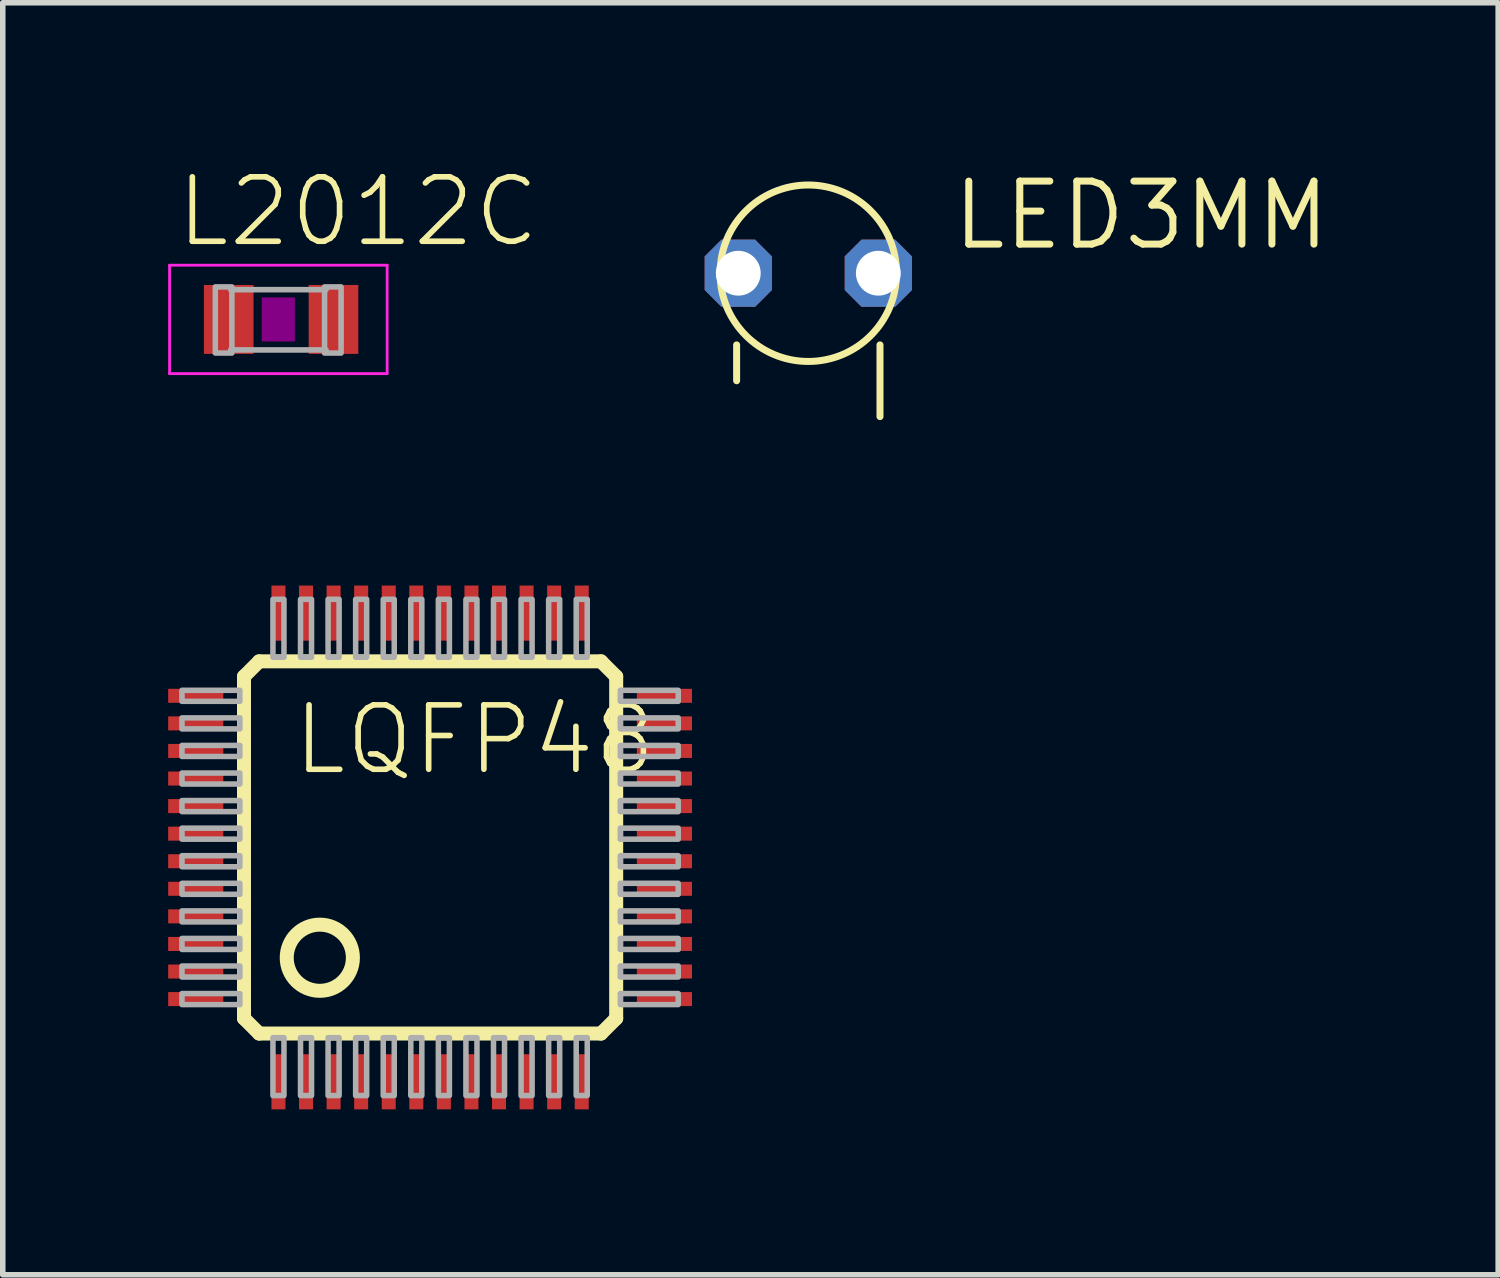
<source format=kicad_pcb>
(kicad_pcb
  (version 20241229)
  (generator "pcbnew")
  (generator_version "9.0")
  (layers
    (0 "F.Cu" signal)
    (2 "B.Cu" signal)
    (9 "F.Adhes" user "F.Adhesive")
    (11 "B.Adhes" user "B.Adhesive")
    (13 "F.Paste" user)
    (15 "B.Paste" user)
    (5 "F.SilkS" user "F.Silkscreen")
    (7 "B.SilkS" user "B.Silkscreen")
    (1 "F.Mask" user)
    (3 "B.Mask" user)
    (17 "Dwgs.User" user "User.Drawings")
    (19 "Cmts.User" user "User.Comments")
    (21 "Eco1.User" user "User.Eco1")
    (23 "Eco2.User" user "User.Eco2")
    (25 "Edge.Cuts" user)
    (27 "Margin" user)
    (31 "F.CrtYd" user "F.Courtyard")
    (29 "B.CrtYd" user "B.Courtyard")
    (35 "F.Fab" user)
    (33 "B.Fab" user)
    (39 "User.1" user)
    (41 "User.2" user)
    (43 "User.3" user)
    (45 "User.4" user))
  (footprint "LQFP48"
    (layer "F.Cu")
    (at 4.75 12.319)
    (property "Reference" "LQFP48" (at -2.54 -1.27 0) (layer "F.SilkS") (effects (font (size 1.168 1.168) (thickness 0.102)) (justify left bottom)))
    (fp_line (start -3.375 -3.1) (end -3.1 -3.375) (stroke (width 0.254) (type solid)) (layer "F.SilkS"))
    (fp_line (start -3.375 3.1) (end -3.375 -3.1) (stroke (width 0.254) (type solid)) (layer "F.SilkS"))
    (fp_line (start -3.1 -3.375) (end 3.1 -3.375) (stroke (width 0.254) (type solid)) (layer "F.SilkS"))
    (fp_line (start -3.1 3.375) (end -3.375 3.1) (stroke (width 0.254) (type solid)) (layer "F.SilkS"))
    (fp_line (start 3.1 -3.375) (end 3.375 -3.1) (stroke (width 0.254) (type solid)) (layer "F.SilkS"))
    (fp_line (start 3.1 3.375) (end -3.1 3.375) (stroke (width 0.254) (type solid)) (layer "F.SilkS"))
    (fp_line (start 3.375 -3.1) (end 3.375 3.1) (stroke (width 0.254) (type solid)) (layer "F.SilkS"))
    (fp_line (start 3.375 3.1) (end 3.1 3.375) (stroke (width 0.254) (type solid)) (layer "F.SilkS"))
    (fp_circle (center -2 2) (end -1.4 2) (stroke (width 0.254) (type solid)) (fill no) (layer "F.SilkS"))
    (fp_poly (pts (xy -4.5 -2.65) (xy -3.45 -2.65) (xy -3.45 -2.85) (xy -4.5 -2.85)) (stroke (width 0.1) (type solid)) (fill no) (layer "F.Fab"))
    (fp_poly (pts (xy -4.5 -2.15) (xy -3.45 -2.15) (xy -3.45 -2.35) (xy -4.5 -2.35)) (stroke (width 0.1) (type solid)) (fill no) (layer "F.Fab"))
    (fp_poly (pts (xy -4.5 -1.65) (xy -3.45 -1.65) (xy -3.45 -1.85) (xy -4.5 -1.85)) (stroke (width 0.1) (type solid)) (fill no) (layer "F.Fab"))
    (fp_poly (pts (xy -4.5 -1.15) (xy -3.45 -1.15) (xy -3.45 -1.35) (xy -4.5 -1.35)) (stroke (width 0.1) (type solid)) (fill no) (layer "F.Fab"))
    (fp_poly (pts (xy -4.5 -0.65) (xy -3.45 -0.65) (xy -3.45 -0.85) (xy -4.5 -0.85)) (stroke (width 0.1) (type solid)) (fill no) (layer "F.Fab"))
    (fp_poly (pts (xy -4.5 -0.15) (xy -3.45 -0.15) (xy -3.45 -0.35) (xy -4.5 -0.35)) (stroke (width 0.1) (type solid)) (fill no) (layer "F.Fab"))
    (fp_poly (pts (xy -4.5 0.35) (xy -3.45 0.35) (xy -3.45 0.15) (xy -4.5 0.15)) (stroke (width 0.1) (type solid)) (fill no) (layer "F.Fab"))
    (fp_poly (pts (xy -4.5 0.85) (xy -3.45 0.85) (xy -3.45 0.65) (xy -4.5 0.65)) (stroke (width 0.1) (type solid)) (fill no) (layer "F.Fab"))
    (fp_poly (pts (xy -4.5 1.35) (xy -3.45 1.35) (xy -3.45 1.15) (xy -4.5 1.15)) (stroke (width 0.1) (type solid)) (fill no) (layer "F.Fab"))
    (fp_poly (pts (xy -4.5 1.85) (xy -3.45 1.85) (xy -3.45 1.65) (xy -4.5 1.65)) (stroke (width 0.1) (type solid)) (fill no) (layer "F.Fab"))
    (fp_poly (pts (xy -4.5 2.35) (xy -3.45 2.35) (xy -3.45 2.15) (xy -4.5 2.15)) (stroke (width 0.1) (type solid)) (fill no) (layer "F.Fab"))
    (fp_poly (pts (xy -4.5 2.85) (xy -3.45 2.85) (xy -3.45 2.65) (xy -4.5 2.65)) (stroke (width 0.1) (type solid)) (fill no) (layer "F.Fab"))
    (fp_poly (pts (xy -2.85 -3.45) (xy -2.65 -3.45) (xy -2.65 -4.5) (xy -2.85 -4.5)) (stroke (width 0.1) (type solid)) (fill no) (layer "F.Fab"))
    (fp_poly (pts (xy -2.85 4.5) (xy -2.65 4.5) (xy -2.65 3.45) (xy -2.85 3.45)) (stroke (width 0.1) (type solid)) (fill no) (layer "F.Fab"))
    (fp_poly (pts (xy -2.35 -3.45) (xy -2.15 -3.45) (xy -2.15 -4.5) (xy -2.35 -4.5)) (stroke (width 0.1) (type solid)) (fill no) (layer "F.Fab"))
    (fp_poly (pts (xy -2.35 4.5) (xy -2.15 4.5) (xy -2.15 3.45) (xy -2.35 3.45)) (stroke (width 0.1) (type solid)) (fill no) (layer "F.Fab"))
    (fp_poly (pts (xy -1.85 -3.45) (xy -1.65 -3.45) (xy -1.65 -4.5) (xy -1.85 -4.5)) (stroke (width 0.1) (type solid)) (fill no) (layer "F.Fab"))
    (fp_poly (pts (xy -1.85 4.5) (xy -1.65 4.5) (xy -1.65 3.45) (xy -1.85 3.45)) (stroke (width 0.1) (type solid)) (fill no) (layer "F.Fab"))
    (fp_poly (pts (xy -1.35 -3.45) (xy -1.15 -3.45) (xy -1.15 -4.5) (xy -1.35 -4.5)) (stroke (width 0.1) (type solid)) (fill no) (layer "F.Fab"))
    (fp_poly (pts (xy -1.35 4.5) (xy -1.15 4.5) (xy -1.15 3.45) (xy -1.35 3.45)) (stroke (width 0.1) (type solid)) (fill no) (layer "F.Fab"))
    (fp_poly (pts (xy -0.85 -3.45) (xy -0.65 -3.45) (xy -0.65 -4.5) (xy -0.85 -4.5)) (stroke (width 0.1) (type solid)) (fill no) (layer "F.Fab"))
    (fp_poly (pts (xy -0.85 4.5) (xy -0.65 4.5) (xy -0.65 3.45) (xy -0.85 3.45)) (stroke (width 0.1) (type solid)) (fill no) (layer "F.Fab"))
    (fp_poly (pts (xy -0.35 -3.45) (xy -0.15 -3.45) (xy -0.15 -4.5) (xy -0.35 -4.5)) (stroke (width 0.1) (type solid)) (fill no) (layer "F.Fab"))
    (fp_poly (pts (xy -0.35 4.5) (xy -0.15 4.5) (xy -0.15 3.45) (xy -0.35 3.45)) (stroke (width 0.1) (type solid)) (fill no) (layer "F.Fab"))
    (fp_poly (pts (xy 0.15 -3.45) (xy 0.35 -3.45) (xy 0.35 -4.5) (xy 0.15 -4.5)) (stroke (width 0.1) (type solid)) (fill no) (layer "F.Fab"))
    (fp_poly (pts (xy 0.15 4.5) (xy 0.35 4.5) (xy 0.35 3.45) (xy 0.15 3.45)) (stroke (width 0.1) (type solid)) (fill no) (layer "F.Fab"))
    (fp_poly (pts (xy 0.65 -3.45) (xy 0.85 -3.45) (xy 0.85 -4.5) (xy 0.65 -4.5)) (stroke (width 0.1) (type solid)) (fill no) (layer "F.Fab"))
    (fp_poly (pts (xy 0.65 4.5) (xy 0.85 4.5) (xy 0.85 3.45) (xy 0.65 3.45)) (stroke (width 0.1) (type solid)) (fill no) (layer "F.Fab"))
    (fp_poly (pts (xy 1.15 -3.45) (xy 1.35 -3.45) (xy 1.35 -4.5) (xy 1.15 -4.5)) (stroke (width 0.1) (type solid)) (fill no) (layer "F.Fab"))
    (fp_poly (pts (xy 1.15 4.5) (xy 1.35 4.5) (xy 1.35 3.45) (xy 1.15 3.45)) (stroke (width 0.1) (type solid)) (fill no) (layer "F.Fab"))
    (fp_poly (pts (xy 1.65 -3.45) (xy 1.85 -3.45) (xy 1.85 -4.5) (xy 1.65 -4.5)) (stroke (width 0.1) (type solid)) (fill no) (layer "F.Fab"))
    (fp_poly (pts (xy 1.65 4.5) (xy 1.85 4.5) (xy 1.85 3.45) (xy 1.65 3.45)) (stroke (width 0.1) (type solid)) (fill no) (layer "F.Fab"))
    (fp_poly (pts (xy 2.15 -3.45) (xy 2.35 -3.45) (xy 2.35 -4.5) (xy 2.15 -4.5)) (stroke (width 0.1) (type solid)) (fill no) (layer "F.Fab"))
    (fp_poly (pts (xy 2.15 4.5) (xy 2.35 4.5) (xy 2.35 3.45) (xy 2.15 3.45)) (stroke (width 0.1) (type solid)) (fill no) (layer "F.Fab"))
    (fp_poly (pts (xy 2.65 -3.45) (xy 2.85 -3.45) (xy 2.85 -4.5) (xy 2.65 -4.5)) (stroke (width 0.1) (type solid)) (fill no) (layer "F.Fab"))
    (fp_poly (pts (xy 2.65 4.5) (xy 2.85 4.5) (xy 2.85 3.45) (xy 2.65 3.45)) (stroke (width 0.1) (type solid)) (fill no) (layer "F.Fab"))
    (fp_poly (pts (xy 3.45 -2.65) (xy 4.5 -2.65) (xy 4.5 -2.85) (xy 3.45 -2.85)) (stroke (width 0.1) (type solid)) (fill no) (layer "F.Fab"))
    (fp_poly (pts (xy 3.45 -2.15) (xy 4.5 -2.15) (xy 4.5 -2.35) (xy 3.45 -2.35)) (stroke (width 0.1) (type solid)) (fill no) (layer "F.Fab"))
    (fp_poly (pts (xy 3.45 -1.65) (xy 4.5 -1.65) (xy 4.5 -1.85) (xy 3.45 -1.85)) (stroke (width 0.1) (type solid)) (fill no) (layer "F.Fab"))
    (fp_poly (pts (xy 3.45 -1.15) (xy 4.5 -1.15) (xy 4.5 -1.35) (xy 3.45 -1.35)) (stroke (width 0.1) (type solid)) (fill no) (layer "F.Fab"))
    (fp_poly (pts (xy 3.45 -0.65) (xy 4.5 -0.65) (xy 4.5 -0.85) (xy 3.45 -0.85)) (stroke (width 0.1) (type solid)) (fill no) (layer "F.Fab"))
    (fp_poly (pts (xy 3.45 -0.15) (xy 4.5 -0.15) (xy 4.5 -0.35) (xy 3.45 -0.35)) (stroke (width 0.1) (type solid)) (fill no) (layer "F.Fab"))
    (fp_poly (pts (xy 3.45 0.35) (xy 4.5 0.35) (xy 4.5 0.15) (xy 3.45 0.15)) (stroke (width 0.1) (type solid)) (fill no) (layer "F.Fab"))
    (fp_poly (pts (xy 3.45 0.85) (xy 4.5 0.85) (xy 4.5 0.65) (xy 3.45 0.65)) (stroke (width 0.1) (type solid)) (fill no) (layer "F.Fab"))
    (fp_poly (pts (xy 3.45 1.35) (xy 4.5 1.35) (xy 4.5 1.15) (xy 3.45 1.15)) (stroke (width 0.1) (type solid)) (fill no) (layer "F.Fab"))
    (fp_poly (pts (xy 3.45 1.85) (xy 4.5 1.85) (xy 4.5 1.65) (xy 3.45 1.65)) (stroke (width 0.1) (type solid)) (fill no) (layer "F.Fab"))
    (fp_poly (pts (xy 3.45 2.35) (xy 4.5 2.35) (xy 4.5 2.15) (xy 3.45 2.15)) (stroke (width 0.1) (type solid)) (fill no) (layer "F.Fab"))
    (fp_poly (pts (xy 3.45 2.85) (xy 4.5 2.85) (xy 4.5 2.65) (xy 3.45 2.65)) (stroke (width 0.1) (type solid)) (fill no) (layer "F.Fab"))
    (pad "1" smd rect (at -2.75 4.25) (size 0.254 1) (layers "F.Cu" "F.Mask" "F.Paste"))
    (pad "2" smd rect (at -2.25 4.25) (size 0.254 1) (layers "F.Cu" "F.Mask" "F.Paste"))
    (pad "3" smd rect (at -1.75 4.25) (size 0.254 1) (layers "F.Cu" "F.Mask" "F.Paste"))
    (pad "4" smd rect (at -1.25 4.25) (size 0.254 1) (layers "F.Cu" "F.Mask" "F.Paste"))
    (pad "5" smd rect (at -0.75 4.25) (size 0.254 1) (layers "F.Cu" "F.Mask" "F.Paste"))
    (pad "6" smd rect (at -0.25 4.25) (size 0.254 1) (layers "F.Cu" "F.Mask" "F.Paste"))
    (pad "7" smd rect (at 0.25 4.25) (size 0.254 1) (layers "F.Cu" "F.Mask" "F.Paste"))
    (pad "8" smd rect (at 0.75 4.25) (size 0.254 1) (layers "F.Cu" "F.Mask" "F.Paste"))
    (pad "9" smd rect (at 1.25 4.25) (size 0.254 1) (layers "F.Cu" "F.Mask" "F.Paste"))
    (pad "10" smd rect (at 1.75 4.25) (size 0.254 1) (layers "F.Cu" "F.Mask" "F.Paste"))
    (pad "11" smd rect (at 2.25 4.25) (size 0.254 1) (layers "F.Cu" "F.Mask" "F.Paste"))
    (pad "12" smd rect (at 2.75 4.25) (size 0.254 1) (layers "F.Cu" "F.Mask" "F.Paste"))
    (pad "13" smd rect (at 4.25 2.75) (size 1 0.254) (layers "F.Cu" "F.Mask" "F.Paste"))
    (pad "14" smd rect (at 4.25 2.25) (size 1 0.254) (layers "F.Cu" "F.Mask" "F.Paste"))
    (pad "15" smd rect (at 4.25 1.75) (size 1 0.254) (layers "F.Cu" "F.Mask" "F.Paste"))
    (pad "16" smd rect (at 4.25 1.25) (size 1 0.254) (layers "F.Cu" "F.Mask" "F.Paste"))
    (pad "17" smd rect (at 4.25 0.75) (size 1 0.254) (layers "F.Cu" "F.Mask" "F.Paste"))
    (pad "18" smd rect (at 4.25 0.25) (size 1 0.254) (layers "F.Cu" "F.Mask" "F.Paste"))
    (pad "19" smd rect (at 4.25 -0.25) (size 1 0.254) (layers "F.Cu" "F.Mask" "F.Paste"))
    (pad "20" smd rect (at 4.25 -0.75) (size 1 0.254) (layers "F.Cu" "F.Mask" "F.Paste"))
    (pad "21" smd rect (at 4.25 -1.25) (size 1 0.254) (layers "F.Cu" "F.Mask" "F.Paste"))
    (pad "22" smd rect (at 4.25 -1.75) (size 1 0.254) (layers "F.Cu" "F.Mask" "F.Paste"))
    (pad "23" smd rect (at 4.25 -2.25) (size 1 0.254) (layers "F.Cu" "F.Mask" "F.Paste"))
    (pad "24" smd rect (at 4.25 -2.75) (size 1 0.254) (layers "F.Cu" "F.Mask" "F.Paste"))
    (pad "25" smd rect (at 2.75 -4.25) (size 0.254 1) (layers "F.Cu" "F.Mask" "F.Paste"))
    (pad "26" smd rect (at 2.25 -4.25) (size 0.254 1) (layers "F.Cu" "F.Mask" "F.Paste"))
    (pad "27" smd rect (at 1.75 -4.25) (size 0.254 1) (layers "F.Cu" "F.Mask" "F.Paste"))
    (pad "28" smd rect (at 1.25 -4.25) (size 0.254 1) (layers "F.Cu" "F.Mask" "F.Paste"))
    (pad "29" smd rect (at 0.75 -4.25) (size 0.254 1) (layers "F.Cu" "F.Mask" "F.Paste"))
    (pad "30" smd rect (at 0.25 -4.25) (size 0.254 1) (layers "F.Cu" "F.Mask" "F.Paste"))
    (pad "31" smd rect (at -0.25 -4.25) (size 0.254 1) (layers "F.Cu" "F.Mask" "F.Paste"))
    (pad "32" smd rect (at -0.75 -4.25) (size 0.254 1) (layers "F.Cu" "F.Mask" "F.Paste"))
    (pad "33" smd rect (at -1.25 -4.25) (size 0.254 1) (layers "F.Cu" "F.Mask" "F.Paste"))
    (pad "34" smd rect (at -1.75 -4.25) (size 0.254 1) (layers "F.Cu" "F.Mask" "F.Paste"))
    (pad "35" smd rect (at -2.25 -4.25) (size 0.254 1) (layers "F.Cu" "F.Mask" "F.Paste"))
    (pad "36" smd rect (at -2.75 -4.25) (size 0.254 1) (layers "F.Cu" "F.Mask" "F.Paste"))
    (pad "37" smd rect (at -4.25 -2.75) (size 1 0.254) (layers "F.Cu" "F.Mask" "F.Paste"))
    (pad "38" smd rect (at -4.25 -2.25) (size 1 0.254) (layers "F.Cu" "F.Mask" "F.Paste"))
    (pad "39" smd rect (at -4.25 -1.75) (size 1 0.254) (layers "F.Cu" "F.Mask" "F.Paste"))
    (pad "40" smd rect (at -4.25 -1.25) (size 1 0.254) (layers "F.Cu" "F.Mask" "F.Paste"))
    (pad "41" smd rect (at -4.25 -0.75) (size 1 0.254) (layers "F.Cu" "F.Mask" "F.Paste"))
    (pad "42" smd rect (at -4.25 -0.25) (size 1 0.254) (layers "F.Cu" "F.Mask" "F.Paste"))
    (pad "43" smd rect (at -4.25 0.25) (size 1 0.254) (layers "F.Cu" "F.Mask" "F.Paste"))
    (pad "44" smd rect (at -4.25 0.75) (size 1 0.254) (layers "F.Cu" "F.Mask" "F.Paste"))
    (pad "45" smd rect (at -4.25 1.25) (size 1 0.254) (layers "F.Cu" "F.Mask" "F.Paste"))
    (pad "46" smd rect (at -4.25 1.75) (size 1 0.254) (layers "F.Cu" "F.Mask" "F.Paste"))
    (pad "47" smd rect (at -4.25 2.25) (size 1 0.254) (layers "F.Cu" "F.Mask" "F.Paste"))
    (pad "48" smd rect (at -4.25 2.75) (size 1 0.254) (layers "F.Cu" "F.Mask" "F.Paste")))
  (footprint "L2012C"
    (layer "F.Cu")
    (at 1.998 2.743)
    (property "Reference" "L2012C" (at -1.905 -1.27 0) (layer "F.SilkS") (effects (font (size 1.168 1.168) (thickness 0.102)) (justify left bottom)))
    (fp_poly (pts (xy -0.3 0.4) (xy 0.3 0.4) (xy 0.3 -0.4) (xy -0.3 -0.4)) (stroke (width 0) (type solid)) (fill yes) (layer "F.Adhes"))
    (fp_line (start -1.973 -0.983) (end 1.973 -0.983) (stroke (width 0.051) (type solid)) (layer "F.CrtYd"))
    (fp_line (start -1.973 0.983) (end -1.973 -0.983) (stroke (width 0.051) (type solid)) (layer "F.CrtYd"))
    (fp_line (start 1.973 -0.983) (end 1.973 0.983) (stroke (width 0.051) (type solid)) (layer "F.CrtYd"))
    (fp_line (start 1.973 0.983) (end -1.973 0.983) (stroke (width 0.051) (type solid)) (layer "F.CrtYd"))
    (fp_line (start -0.864 -0.54) (end 0.864 -0.54) (stroke (width 0.102) (type solid)) (layer "F.Fab"))
    (fp_line (start -0.864 0.553) (end 0.864 0.553) (stroke (width 0.102) (type solid)) (layer "F.Fab"))
    (fp_poly (pts (xy -1.143 0.61) (xy -0.843 0.61) (xy -0.843 -0.59) (xy -1.143 -0.59)) (stroke (width 0.1) (type solid)) (fill no) (layer "F.Fab"))
    (fp_poly (pts (xy 0.838 0.61) (xy 1.138 0.61) (xy 1.138 -0.59) (xy 0.838 -0.59)) (stroke (width 0.1) (type solid)) (fill no) (layer "F.Fab"))
    (pad "1" smd rect (at -0.9 0) (size 0.9 1.25) (layers "F.Cu" "F.Mask" "F.Paste"))
    (pad "2" smd rect (at 1 0) (size 0.9 1.25) (layers "F.Cu" "F.Mask" "F.Paste")))
  (footprint "LED3MM"
    (layer "F.Cu")
    (at 11.609 1.905)
    (property "Reference" "LED3MM" (at 2.555 -0.381 0) (layer "F.SilkS") (effects (font (size 1.143 1.143) (thickness 0.127)) (justify left bottom)))
    (fp_line (start -1.3 1.3) (end -1.3 1.95) (stroke (width 0.127) (type solid)) (layer "F.SilkS"))
    (fp_line (start 1.3 1.3) (end 1.3 2.6) (stroke (width 0.127) (type solid)) (layer "F.SilkS"))
    (fp_circle (center 0 0) (end 1.6 0) (stroke (width 0.127) (type solid)) (fill no) (layer "F.SilkS"))
    (pad "1" thru_hole roundrect (at -1.27 0) (size 1.219 1.219) (drill 0.813) (layers "*.Cu" "*.Mask") (roundrect_rratio 0.25) (chamfer_ratio 0.25) (chamfer top_left top_right bottom_left bottom_right))
    (pad "2" thru_hole roundrect (at 1.27 0) (size 1.219 1.219) (drill 0.813) (layers "*.Cu" "*.Mask") (roundrect_rratio 0.25) (chamfer_ratio 0.25) (chamfer top_left top_right bottom_left bottom_right)))
  (gr_rect
    (start -3 -3)
    (end 24.12 20.069)
    (stroke (width 0.1) (type default))
    (fill no)
    (layer "Edge.Cuts")))
</source>
